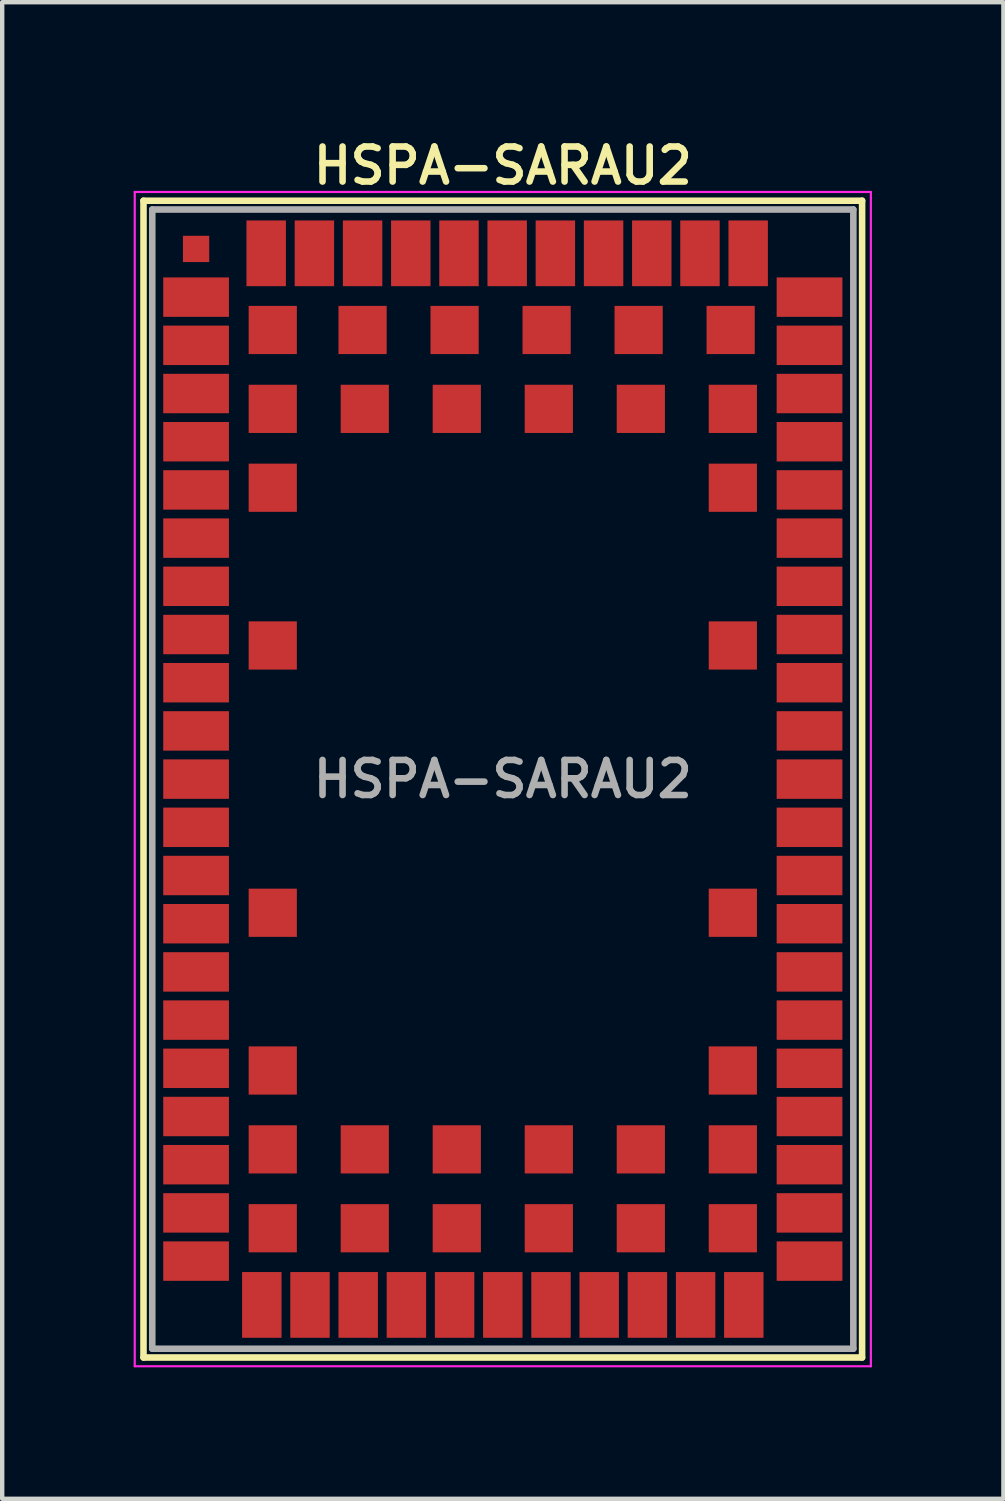
<source format=kicad_pcb>
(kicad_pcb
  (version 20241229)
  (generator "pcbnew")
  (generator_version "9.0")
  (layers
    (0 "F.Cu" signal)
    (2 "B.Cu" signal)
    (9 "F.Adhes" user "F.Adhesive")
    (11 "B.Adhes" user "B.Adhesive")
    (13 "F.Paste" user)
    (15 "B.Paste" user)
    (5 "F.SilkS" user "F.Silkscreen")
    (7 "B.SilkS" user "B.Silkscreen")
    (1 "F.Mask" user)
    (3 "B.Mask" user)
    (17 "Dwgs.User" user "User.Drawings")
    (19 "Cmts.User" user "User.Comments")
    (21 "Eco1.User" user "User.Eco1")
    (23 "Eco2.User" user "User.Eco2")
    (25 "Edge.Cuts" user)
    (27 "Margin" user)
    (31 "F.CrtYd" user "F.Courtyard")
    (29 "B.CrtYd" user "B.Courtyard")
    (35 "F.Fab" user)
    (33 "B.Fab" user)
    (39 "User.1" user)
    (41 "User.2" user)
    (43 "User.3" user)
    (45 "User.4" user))
  (footprint "HSPA-SARAU2"
    (layer "F.Cu")
    (at 8.425 14.731)
    (property "Reference" "HSPA-SARAU2" (at 0 -14 0) (layer "F.SilkS") (effects (font (size 0.8 0.8) (thickness 0.15))))
    (attr through_hole)
    (fp_line (start -8.2 -13.2) (end 8.2 -13.2) (stroke (width 0.15) (type solid)) (layer "F.SilkS"))
    (fp_line (start -8.2 13.2) (end -8.2 -13.2) (stroke (width 0.15) (type solid)) (layer "F.SilkS"))
    (fp_line (start 8.2 -13.2) (end 8.2 13.2) (stroke (width 0.15) (type solid)) (layer "F.SilkS"))
    (fp_line (start 8.2 13.2) (end -8.2 13.2) (stroke (width 0.15) (type solid)) (layer "F.SilkS"))
    (fp_line (start -8.4 -13.4) (end 8.4 -13.4) (stroke (width 0.05) (type solid)) (layer "F.CrtYd"))
    (fp_line (start -8.4 13.4) (end -8.4 -13.4) (stroke (width 0.05) (type solid)) (layer "F.CrtYd"))
    (fp_line (start 8.4 -13.4) (end 8.4 13.4) (stroke (width 0.05) (type solid)) (layer "F.CrtYd"))
    (fp_line (start 8.4 13.4) (end -8.4 13.4) (stroke (width 0.05) (type solid)) (layer "F.CrtYd"))
    (fp_line (start -8 -13) (end -8 13) (stroke (width 0.15) (type solid)) (layer "F.Fab"))
    (fp_line (start -8 13) (end 8 13) (stroke (width 0.15) (type solid)) (layer "F.Fab"))
    (fp_line (start 8 -13) (end -8 -13) (stroke (width 0.15) (type solid)) (layer "F.Fab"))
    (fp_line (start 8 13) (end 8 -13) (stroke (width 0.15) (type solid)) (layer "F.Fab"))
    (fp_text user "${REFERENCE}" (at 0 0 0) (layer "F.Fab") (effects (font (size 0.8 0.8) (thickness 0.15))))
    (pad "" smd rect (at -7 -12.1) (size 0.6 0.6) (layers "F.Cu" "F.Mask" "F.Paste"))
    (pad "1" smd rect (at -7 -11 90) (size 0.9 1.5) (layers "F.Cu" "F.Mask" "F.Paste"))
    (pad "2" smd rect (at -7 -9.9 90) (size 0.9 1.5) (layers "F.Cu" "F.Mask" "F.Paste"))
    (pad "3" smd rect (at -7 -8.8 90) (size 0.9 1.5) (layers "F.Cu" "F.Mask" "F.Paste"))
    (pad "4" smd rect (at -7 -7.7 90) (size 0.9 1.5) (layers "F.Cu" "F.Mask" "F.Paste"))
    (pad "5" smd rect (at -7 -6.6 90) (size 0.9 1.5) (layers "F.Cu" "F.Mask" "F.Paste"))
    (pad "6" smd rect (at -7 -5.5 90) (size 0.9 1.5) (layers "F.Cu" "F.Mask" "F.Paste"))
    (pad "7" smd rect (at -7 -4.4 90) (size 0.9 1.5) (layers "F.Cu" "F.Mask" "F.Paste"))
    (pad "8" smd rect (at -7 -3.3 90) (size 0.9 1.5) (layers "F.Cu" "F.Mask" "F.Paste"))
    (pad "9" smd rect (at -7 -2.2 90) (size 0.9 1.5) (layers "F.Cu" "F.Mask" "F.Paste"))
    (pad "10" smd rect (at -7 -1.1 90) (size 0.9 1.5) (layers "F.Cu" "F.Mask" "F.Paste"))
    (pad "11" smd rect (at -7 0 90) (size 0.9 1.5) (layers "F.Cu" "F.Mask" "F.Paste"))
    (pad "12" smd rect (at -7 1.1 90) (size 0.9 1.5) (layers "F.Cu" "F.Mask" "F.Paste"))
    (pad "13" smd rect (at -7 2.2 90) (size 0.9 1.5) (layers "F.Cu" "F.Mask" "F.Paste"))
    (pad "14" smd rect (at -7 3.3 90) (size 0.9 1.5) (layers "F.Cu" "F.Mask" "F.Paste"))
    (pad "15" smd rect (at -7 4.4 90) (size 0.9 1.5) (layers "F.Cu" "F.Mask" "F.Paste"))
    (pad "16" smd rect (at -7 5.5 90) (size 0.9 1.5) (layers "F.Cu" "F.Mask" "F.Paste"))
    (pad "17" smd rect (at -7 6.6 90) (size 0.9 1.5) (layers "F.Cu" "F.Mask" "F.Paste"))
    (pad "18" smd rect (at -7 7.7 90) (size 0.9 1.5) (layers "F.Cu" "F.Mask" "F.Paste"))
    (pad "19" smd rect (at -7 8.8 90) (size 0.9 1.5) (layers "F.Cu" "F.Mask" "F.Paste"))
    (pad "20" smd rect (at -7 9.9 90) (size 0.9 1.5) (layers "F.Cu" "F.Mask" "F.Paste"))
    (pad "21" smd rect (at -7 11 90) (size 0.9 1.5) (layers "F.Cu" "F.Mask" "F.Paste"))
    (pad "22" smd rect (at -5.5 12) (size 0.9 1.5) (layers "F.Cu" "F.Mask" "F.Paste"))
    (pad "23" smd rect (at -4.4 12) (size 0.9 1.5) (layers "F.Cu" "F.Mask" "F.Paste"))
    (pad "24" smd rect (at -3.3 12) (size 0.9 1.5) (layers "F.Cu" "F.Mask" "F.Paste"))
    (pad "25" smd rect (at -2.2 12) (size 0.9 1.5) (layers "F.Cu" "F.Mask" "F.Paste"))
    (pad "26" smd rect (at -1.1 12) (size 0.9 1.5) (layers "F.Cu" "F.Mask" "F.Paste"))
    (pad "27" smd rect (at 0 12) (size 0.9 1.5) (layers "F.Cu" "F.Mask" "F.Paste"))
    (pad "28" smd rect (at 1.1 12) (size 0.9 1.5) (layers "F.Cu" "F.Mask" "F.Paste"))
    (pad "29" smd rect (at 2.2 12) (size 0.9 1.5) (layers "F.Cu" "F.Mask" "F.Paste"))
    (pad "30" smd rect (at 3.3 12) (size 0.9 1.5) (layers "F.Cu" "F.Mask" "F.Paste"))
    (pad "31" smd rect (at 4.4 12) (size 0.9 1.5) (layers "F.Cu" "F.Mask" "F.Paste"))
    (pad "32" smd rect (at 5.5 12) (size 0.9 1.5) (layers "F.Cu" "F.Mask" "F.Paste"))
    (pad "33" smd rect (at 7 11 90) (size 0.9 1.5) (layers "F.Cu" "F.Mask" "F.Paste"))
    (pad "34" smd rect (at 7 9.9 90) (size 0.9 1.5) (layers "F.Cu" "F.Mask" "F.Paste"))
    (pad "35" smd rect (at 7 8.8 90) (size 0.9 1.5) (layers "F.Cu" "F.Mask" "F.Paste"))
    (pad "36" smd rect (at 7 7.7 90) (size 0.9 1.5) (layers "F.Cu" "F.Mask" "F.Paste"))
    (pad "37" smd rect (at 7 6.6 90) (size 0.9 1.5) (layers "F.Cu" "F.Mask" "F.Paste"))
    (pad "38" smd rect (at 7 5.5 90) (size 0.9 1.5) (layers "F.Cu" "F.Mask" "F.Paste"))
    (pad "39" smd rect (at 7 4.4 90) (size 0.9 1.5) (layers "F.Cu" "F.Mask" "F.Paste"))
    (pad "40" smd rect (at 7 3.3 90) (size 0.9 1.5) (layers "F.Cu" "F.Mask" "F.Paste"))
    (pad "41" smd rect (at 7 2.2 90) (size 0.9 1.5) (layers "F.Cu" "F.Mask" "F.Paste"))
    (pad "42" smd rect (at 7 1.1 90) (size 0.9 1.5) (layers "F.Cu" "F.Mask" "F.Paste"))
    (pad "43" smd rect (at 7 0 90) (size 0.9 1.5) (layers "F.Cu" "F.Mask" "F.Paste"))
    (pad "44" smd rect (at 7 -1.1 90) (size 0.9 1.5) (layers "F.Cu" "F.Mask" "F.Paste"))
    (pad "45" smd rect (at 7 -2.2 90) (size 0.9 1.5) (layers "F.Cu" "F.Mask" "F.Paste"))
    (pad "46" smd rect (at 7 -3.3 90) (size 0.9 1.5) (layers "F.Cu" "F.Mask" "F.Paste"))
    (pad "47" smd rect (at 7 -4.4 90) (size 0.9 1.5) (layers "F.Cu" "F.Mask" "F.Paste"))
    (pad "48" smd rect (at 7 -5.5 90) (size 0.9 1.5) (layers "F.Cu" "F.Mask" "F.Paste"))
    (pad "49" smd rect (at 7 -6.6 90) (size 0.9 1.5) (layers "F.Cu" "F.Mask" "F.Paste"))
    (pad "50" smd rect (at 7 -7.7 90) (size 0.9 1.5) (layers "F.Cu" "F.Mask" "F.Paste"))
    (pad "51" smd rect (at 7 -8.8 90) (size 0.9 1.5) (layers "F.Cu" "F.Mask" "F.Paste"))
    (pad "52" smd rect (at 7 -9.9 90) (size 0.9 1.5) (layers "F.Cu" "F.Mask" "F.Paste"))
    (pad "53" smd rect (at 7 -11 90) (size 0.9 1.5) (layers "F.Cu" "F.Mask" "F.Paste"))
    (pad "54" smd rect (at 5.6 -12) (size 0.9 1.5) (layers "F.Cu" "F.Mask" "F.Paste"))
    (pad "55" smd rect (at 4.5 -12) (size 0.9 1.5) (layers "F.Cu" "F.Mask" "F.Paste"))
    (pad "56" smd rect (at 3.4 -12) (size 0.9 1.5) (layers "F.Cu" "F.Mask" "F.Paste"))
    (pad "57" smd rect (at 2.3 -12) (size 0.9 1.5) (layers "F.Cu" "F.Mask" "F.Paste"))
    (pad "58" smd rect (at 1.2 -12) (size 0.9 1.5) (layers "F.Cu" "F.Mask" "F.Paste"))
    (pad "59" smd rect (at 0.1 -12) (size 0.9 1.5) (layers "F.Cu" "F.Mask" "F.Paste"))
    (pad "60" smd rect (at -1 -12) (size 0.9 1.5) (layers "F.Cu" "F.Mask" "F.Paste"))
    (pad "61" smd rect (at -2.1 -12) (size 0.9 1.5) (layers "F.Cu" "F.Mask" "F.Paste"))
    (pad "62" smd rect (at -3.2 -12) (size 0.9 1.5) (layers "F.Cu" "F.Mask" "F.Paste"))
    (pad "63" smd rect (at -4.3 -12) (size 0.9 1.5) (layers "F.Cu" "F.Mask" "F.Paste"))
    (pad "64" smd rect (at -5.4 -12) (size 0.9 1.5) (layers "F.Cu" "F.Mask" "F.Paste"))
    (pad "65" smd rect (at -5.25 -10.25) (size 1.1 1.1) (layers "F.Cu" "F.Mask" "F.Paste"))
    (pad "66" smd rect (at -3.2 -10.25) (size 1.1 1.1) (layers "F.Cu" "F.Mask" "F.Paste"))
    (pad "67" smd rect (at -1.1 -10.25) (size 1.1 1.1) (layers "F.Cu" "F.Mask" "F.Paste"))
    (pad "68" smd rect (at 1 -10.25) (size 1.1 1.1) (layers "F.Cu" "F.Mask" "F.Paste"))
    (pad "69" smd rect (at 3.1 -10.25) (size 1.1 1.1) (layers "F.Cu" "F.Mask" "F.Paste"))
    (pad "70" smd rect (at 5.2 -10.25) (size 1.1 1.1) (layers "F.Cu" "F.Mask" "F.Paste"))
    (pad "71" smd rect (at -5.25 -8.45) (size 1.1 1.1) (layers "F.Cu" "F.Mask" "F.Paste"))
    (pad "72" smd rect (at -3.15 -8.45) (size 1.1 1.1) (layers "F.Cu" "F.Mask" "F.Paste"))
    (pad "73" smd rect (at -1.05 -8.45) (size 1.1 1.1) (layers "F.Cu" "F.Mask" "F.Paste"))
    (pad "74" smd rect (at 1.05 -8.45) (size 1.1 1.1) (layers "F.Cu" "F.Mask" "F.Paste"))
    (pad "75" smd rect (at 3.15 -8.45) (size 1.1 1.1) (layers "F.Cu" "F.Mask" "F.Paste"))
    (pad "76" smd rect (at 5.25 -8.45) (size 1.1 1.1) (layers "F.Cu" "F.Mask" "F.Paste"))
    (pad "77" smd rect (at -5.25 -6.65) (size 1.1 1.1) (layers "F.Cu" "F.Mask" "F.Paste"))
    (pad "78" smd rect (at 5.25 -6.65) (size 1.1 1.1) (layers "F.Cu" "F.Mask" "F.Paste"))
    (pad "79" smd rect (at -5.25 -3.05) (size 1.1 1.1) (layers "F.Cu" "F.Mask" "F.Paste"))
    (pad "80" smd rect (at 5.25 -3.05) (size 1.1 1.1) (layers "F.Cu" "F.Mask" "F.Paste"))
    (pad "81" smd rect (at -5.25 3.05) (size 1.1 1.1) (layers "F.Cu" "F.Mask" "F.Paste"))
    (pad "82" smd rect (at 5.25 3.05) (size 1.1 1.1) (layers "F.Cu" "F.Mask" "F.Paste"))
    (pad "83" smd rect (at -5.25 6.65) (size 1.1 1.1) (layers "F.Cu" "F.Mask" "F.Paste"))
    (pad "84" smd rect (at 5.25 6.65) (size 1.1 1.1) (layers "F.Cu" "F.Mask" "F.Paste"))
    (pad "85" smd rect (at -5.25 8.45) (size 1.1 1.1) (layers "F.Cu" "F.Mask" "F.Paste"))
    (pad "86" smd rect (at -3.15 8.45) (size 1.1 1.1) (layers "F.Cu" "F.Mask" "F.Paste"))
    (pad "87" smd rect (at -1.05 8.45) (size 1.1 1.1) (layers "F.Cu" "F.Mask" "F.Paste"))
    (pad "88" smd rect (at 1.05 8.45) (size 1.1 1.1) (layers "F.Cu" "F.Mask" "F.Paste"))
    (pad "89" smd rect (at 3.15 8.45) (size 1.1 1.1) (layers "F.Cu" "F.Mask" "F.Paste"))
    (pad "90" smd rect (at 5.25 8.45) (size 1.1 1.1) (layers "F.Cu" "F.Mask" "F.Paste"))
    (pad "91" smd rect (at -5.25 10.25) (size 1.1 1.1) (layers "F.Cu" "F.Mask" "F.Paste"))
    (pad "92" smd rect (at -3.15 10.25) (size 1.1 1.1) (layers "F.Cu" "F.Mask" "F.Paste"))
    (pad "93" smd rect (at -1.05 10.25) (size 1.1 1.1) (layers "F.Cu" "F.Mask" "F.Paste"))
    (pad "94" smd rect (at 1.05 10.25) (size 1.1 1.1) (layers "F.Cu" "F.Mask" "F.Paste"))
    (pad "95" smd rect (at 3.15 10.25) (size 1.1 1.1) (layers "F.Cu" "F.Mask" "F.Paste"))
    (pad "96" smd rect (at 5.25 10.25) (size 1.1 1.1) (layers "F.Cu" "F.Mask" "F.Paste")))
  (gr_rect
    (start -3 -3)
    (end 19.85 31.156)
    (stroke (width 0.1) (type default))
    (fill no)
    (layer "Edge.Cuts")))
</source>
